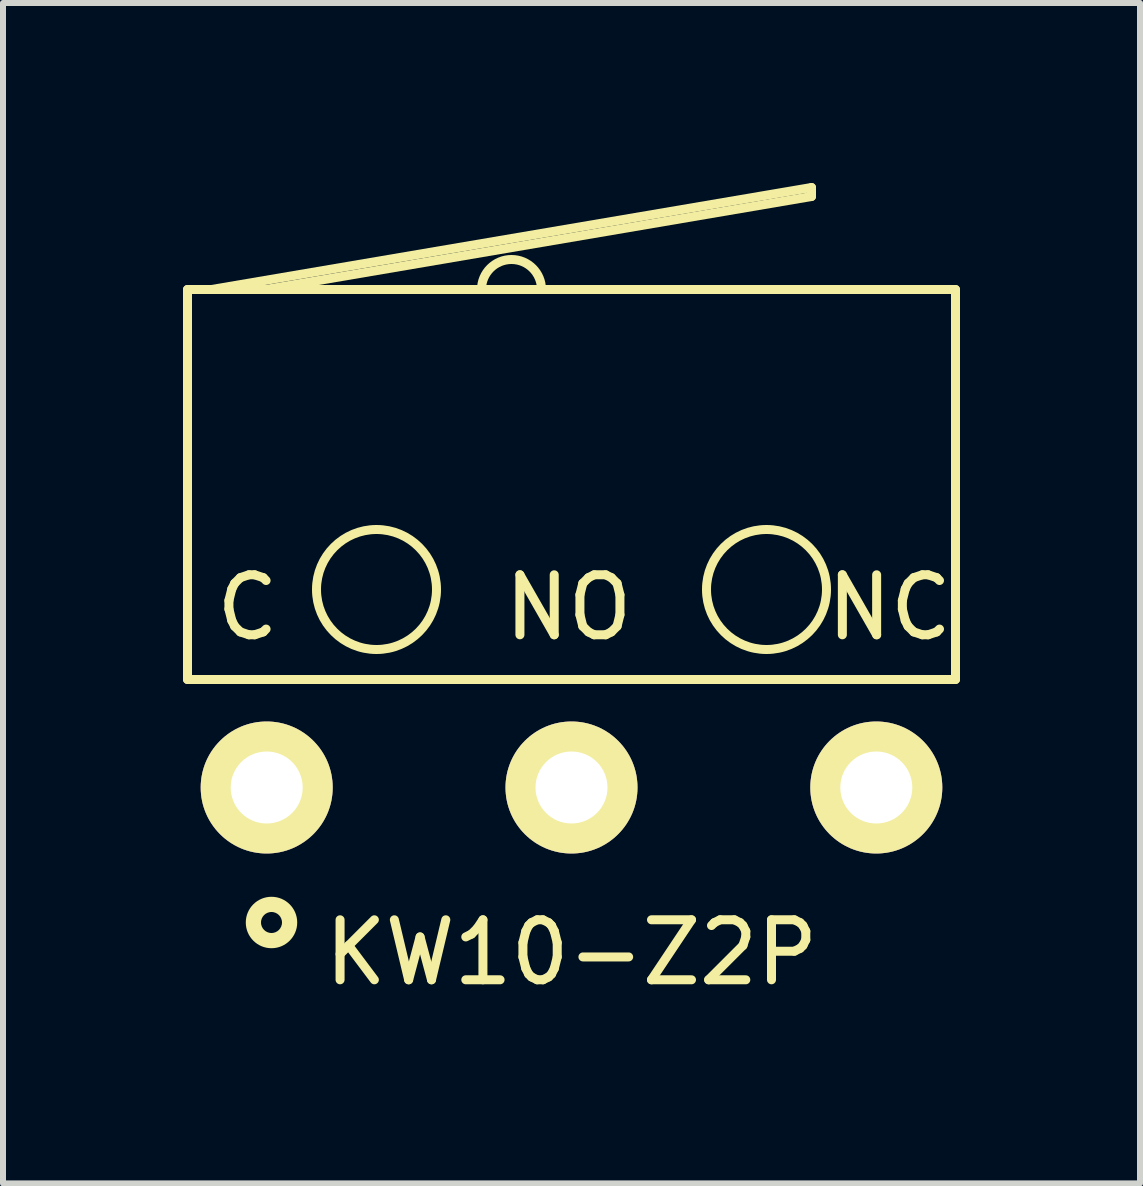
<source format=kicad_pcb>
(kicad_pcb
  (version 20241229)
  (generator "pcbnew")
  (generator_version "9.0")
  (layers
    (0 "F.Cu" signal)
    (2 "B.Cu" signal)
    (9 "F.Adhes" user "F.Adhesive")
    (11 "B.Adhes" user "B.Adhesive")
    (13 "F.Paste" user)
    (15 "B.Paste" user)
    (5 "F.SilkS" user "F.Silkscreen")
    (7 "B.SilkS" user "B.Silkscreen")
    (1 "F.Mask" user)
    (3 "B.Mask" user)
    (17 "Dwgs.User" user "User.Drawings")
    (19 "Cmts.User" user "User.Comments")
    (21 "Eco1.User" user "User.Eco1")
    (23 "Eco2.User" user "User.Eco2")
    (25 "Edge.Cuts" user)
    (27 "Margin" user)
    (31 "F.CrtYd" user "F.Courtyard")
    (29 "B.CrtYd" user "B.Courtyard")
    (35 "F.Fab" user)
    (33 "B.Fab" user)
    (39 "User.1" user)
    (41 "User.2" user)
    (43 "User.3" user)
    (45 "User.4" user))
  (footprint "KW10-Z2P"
    (layer "F.Cu")
    (at 6.475 10.075)
    (property "Reference" "KW10-Z2P" (at 0 2.75 0) (layer "F.SilkS") (effects (font (size 1 1) (thickness 0.15))))
    (attr through_hole)
    (fp_line (start -6.4 -1.8) (end -6.4 -8.3) (stroke (width 0.15) (type solid)) (layer "F.SilkS"))
    (fp_line (start -6.4 -1.8) (end 6.4 -1.8) (stroke (width 0.15) (type solid)) (layer "F.SilkS"))
    (fp_line (start -6 -8.3) (end 4 -10) (stroke (width 0.15) (type solid)) (layer "F.SilkS"))
    (fp_line (start 4 -10) (end 4 -9.85) (stroke (width 0.15) (type solid)) (layer "F.SilkS"))
    (fp_line (start 4 -9.85) (end -5.1 -8.3) (stroke (width 0.15) (type solid)) (layer "F.SilkS"))
    (fp_line (start 6.4 -8.3) (end -6.4 -8.3) (stroke (width 0.15) (type solid)) (layer "F.SilkS"))
    (fp_line (start 6.4 -8.3) (end 6.4 -1.8) (stroke (width 0.15) (type solid)) (layer "F.SilkS"))
    (fp_arc (start -1.5 -8.3) (mid -1 -8.8) (end -0.5 -8.3) (stroke (width 0.15) (type solid)) (layer "F.SilkS"))
    (fp_circle (center -5 2.25) (end -5.25 2.5) (stroke (width 0.15) (type solid)) (fill no) (layer "F.SilkS"))
    (fp_circle (center -5 2.25) (end -5 2.5) (stroke (width 0.15) (type solid)) (fill no) (layer "F.SilkS"))
    (fp_circle (center -3.25 -3.3) (end -2.25 -3.3) (stroke (width 0.15) (type solid)) (fill no) (layer "F.SilkS"))
    (fp_circle (center 3.25 -3.3) (end 2.25 -3.3) (stroke (width 0.15) (type solid)) (fill no) (layer "F.SilkS"))
    (fp_text user "NC" (at 5.3 -3 0) (layer "F.SilkS") (effects (font (size 1 1) (thickness 0.15))))
    (fp_text user "NO" (at -0.05 -3 0) (layer "F.SilkS") (effects (font (size 1 1) (thickness 0.15))))
    (fp_text user "C" (at -5.4 -3 0) (layer "F.SilkS") (effects (font (size 1 1) (thickness 0.15))))
    (pad "1" thru_hole circle (at 5.08 0) (size 2.2 2.2) (drill 1.2) (layers "*.Cu" "*.Mask" "F.SilkS"))
    (pad "2" thru_hole circle (at -5.08 0) (size 2.2 2.2) (drill 1.2) (layers "*.Cu" "*.Mask" "F.SilkS"))
    (pad "3" thru_hole circle (at 0 0) (size 2.2 2.2) (drill 1.2) (layers "*.Cu" "*.Mask" "F.SilkS")))
  (gr_rect
    (start -3 -3)
    (end 15.95 16.673)
    (stroke (width 0.1) (type default))
    (fill no)
    (layer "Edge.Cuts")))
</source>
